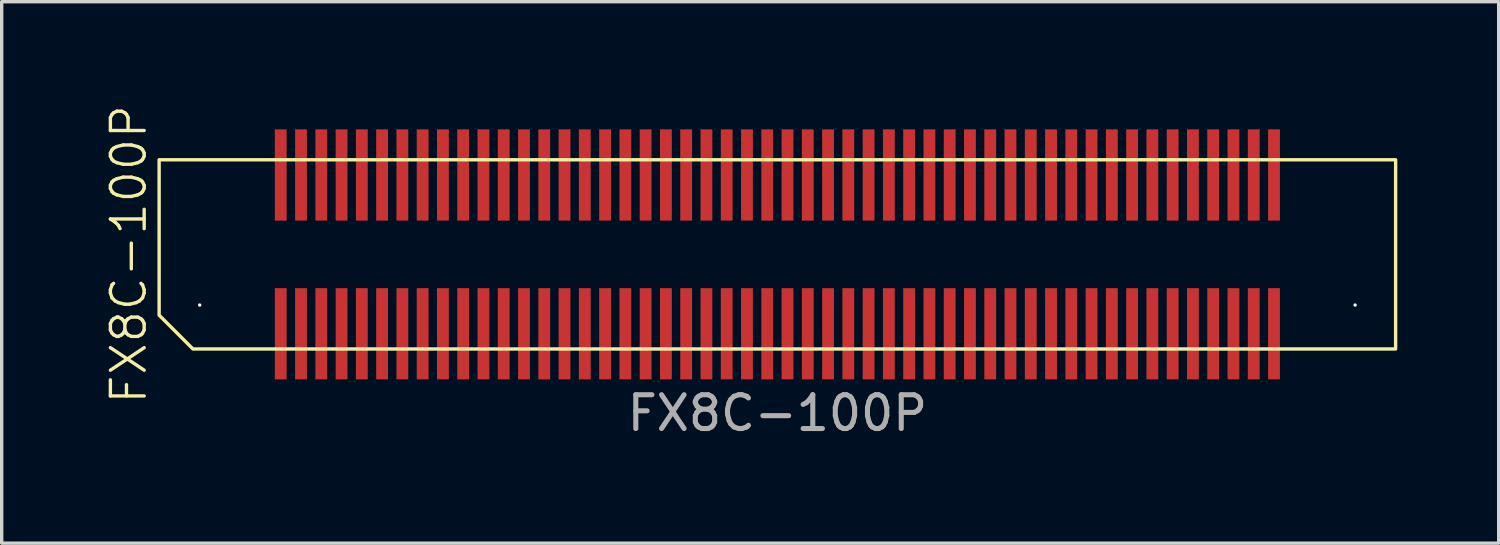
<source format=kicad_pcb>
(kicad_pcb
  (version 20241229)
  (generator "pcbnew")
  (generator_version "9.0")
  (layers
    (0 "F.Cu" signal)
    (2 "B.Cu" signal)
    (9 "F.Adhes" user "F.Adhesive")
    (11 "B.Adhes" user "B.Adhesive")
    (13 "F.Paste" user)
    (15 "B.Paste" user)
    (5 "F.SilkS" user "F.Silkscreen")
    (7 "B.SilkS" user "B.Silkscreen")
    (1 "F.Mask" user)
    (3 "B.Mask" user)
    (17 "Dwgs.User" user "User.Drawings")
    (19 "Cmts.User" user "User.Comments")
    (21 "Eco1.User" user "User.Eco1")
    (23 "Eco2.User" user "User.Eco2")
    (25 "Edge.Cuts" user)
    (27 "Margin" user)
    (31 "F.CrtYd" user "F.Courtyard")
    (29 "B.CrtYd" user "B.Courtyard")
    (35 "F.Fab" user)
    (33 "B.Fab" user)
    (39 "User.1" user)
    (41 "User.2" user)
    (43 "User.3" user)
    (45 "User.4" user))
  (footprint "FX8C-100P"
    (layer "F.Cu")
    (at 19.96 4.479)
    (property "Reference" "FX8C-100P" (at -19.2 0 90) (unlocked yes) (layer "F.SilkS") (effects (font (size 1 1) (thickness 0.1))))
    (attr smd)
    (fp_poly (pts (xy 18.3 -2.8) (xy 18.3 2.8) (xy -17.3 2.8) (xy -18.3 1.8) (xy -18.3 -2.8)) (stroke (width 0.1) (type solid)) (fill no) (layer "F.SilkS"))
    (fp_text user "${REFERENCE}" (at 0 4.7 0) (unlocked yes) (layer "F.Fab") (effects (font (size 1 1) (thickness 0.15))))
    (pad "" np_thru_hole circle (at -17.1 1.5) (size 0.1 0.1) (drill 1.1) (layers "*.Cu" "*.Mask"))
    (pad "" np_thru_hole circle (at 17.1 1.5) (size 0.1 0.1) (drill 0.7) (layers "*.Cu" "*.Mask"))
    (pad "1" smd rect (at -14.7 2.35) (size 0.35 2.7) (layers "F.Cu" "F.Mask" "F.Paste"))
    (pad "2" smd rect (at -14.1 2.35) (size 0.35 2.7) (layers "F.Cu" "F.Mask" "F.Paste"))
    (pad "3" smd rect (at -13.5 2.35) (size 0.35 2.7) (layers "F.Cu" "F.Mask" "F.Paste"))
    (pad "4" smd rect (at -12.9 2.35) (size 0.35 2.7) (layers "F.Cu" "F.Mask" "F.Paste"))
    (pad "5" smd rect (at -12.3 2.35) (size 0.35 2.7) (layers "F.Cu" "F.Mask" "F.Paste"))
    (pad "6" smd rect (at -11.7 2.35) (size 0.35 2.7) (layers "F.Cu" "F.Mask" "F.Paste"))
    (pad "7" smd rect (at -11.1 2.35) (size 0.35 2.7) (layers "F.Cu" "F.Mask" "F.Paste"))
    (pad "8" smd rect (at -10.5 2.35) (size 0.35 2.7) (layers "F.Cu" "F.Mask" "F.Paste"))
    (pad "9" smd rect (at -9.9 2.35) (size 0.35 2.7) (layers "F.Cu" "F.Mask" "F.Paste"))
    (pad "10" smd rect (at -9.3 2.35) (size 0.35 2.7) (layers "F.Cu" "F.Mask" "F.Paste"))
    (pad "11" smd rect (at -8.7 2.35) (size 0.35 2.7) (layers "F.Cu" "F.Mask" "F.Paste"))
    (pad "12" smd rect (at -8.1 2.35) (size 0.35 2.7) (layers "F.Cu" "F.Mask" "F.Paste"))
    (pad "13" smd rect (at -7.5 2.35) (size 0.35 2.7) (layers "F.Cu" "F.Mask" "F.Paste"))
    (pad "14" smd rect (at -6.9 2.35) (size 0.35 2.7) (layers "F.Cu" "F.Mask" "F.Paste"))
    (pad "15" smd rect (at -6.3 2.35) (size 0.35 2.7) (layers "F.Cu" "F.Mask" "F.Paste"))
    (pad "16" smd rect (at -5.7 2.35) (size 0.35 2.7) (layers "F.Cu" "F.Mask" "F.Paste"))
    (pad "17" smd rect (at -5.1 2.35) (size 0.35 2.7) (layers "F.Cu" "F.Mask" "F.Paste"))
    (pad "18" smd rect (at -4.5 2.35) (size 0.35 2.7) (layers "F.Cu" "F.Mask" "F.Paste"))
    (pad "19" smd rect (at -3.9 2.35) (size 0.35 2.7) (layers "F.Cu" "F.Mask" "F.Paste"))
    (pad "20" smd rect (at -3.3 2.35) (size 0.35 2.7) (layers "F.Cu" "F.Mask" "F.Paste"))
    (pad "21" smd rect (at -2.7 2.35) (size 0.35 2.7) (layers "F.Cu" "F.Mask" "F.Paste"))
    (pad "22" smd rect (at -2.1 2.35) (size 0.35 2.7) (layers "F.Cu" "F.Mask" "F.Paste"))
    (pad "23" smd rect (at -1.5 2.35) (size 0.35 2.7) (layers "F.Cu" "F.Mask" "F.Paste"))
    (pad "24" smd rect (at -0.9 2.35) (size 0.35 2.7) (layers "F.Cu" "F.Mask" "F.Paste"))
    (pad "25" smd rect (at -0.3 2.35) (size 0.35 2.7) (layers "F.Cu" "F.Mask" "F.Paste"))
    (pad "26" smd rect (at 0.3 2.35) (size 0.35 2.7) (layers "F.Cu" "F.Mask" "F.Paste"))
    (pad "27" smd rect (at 0.9 2.35) (size 0.35 2.7) (layers "F.Cu" "F.Mask" "F.Paste"))
    (pad "28" smd rect (at 1.5 2.35) (size 0.35 2.7) (layers "F.Cu" "F.Mask" "F.Paste"))
    (pad "29" smd rect (at 2.1 2.35) (size 0.35 2.7) (layers "F.Cu" "F.Mask" "F.Paste"))
    (pad "30" smd rect (at 2.7 2.35) (size 0.35 2.7) (layers "F.Cu" "F.Mask" "F.Paste"))
    (pad "31" smd rect (at 3.3 2.35) (size 0.35 2.7) (layers "F.Cu" "F.Mask" "F.Paste"))
    (pad "32" smd rect (at 3.9 2.35) (size 0.35 2.7) (layers "F.Cu" "F.Mask" "F.Paste"))
    (pad "33" smd rect (at 4.5 2.35) (size 0.35 2.7) (layers "F.Cu" "F.Mask" "F.Paste"))
    (pad "34" smd rect (at 5.1 2.35) (size 0.35 2.7) (layers "F.Cu" "F.Mask" "F.Paste"))
    (pad "35" smd rect (at 5.7 2.35) (size 0.35 2.7) (layers "F.Cu" "F.Mask" "F.Paste"))
    (pad "36" smd rect (at 6.3 2.35) (size 0.35 2.7) (layers "F.Cu" "F.Mask" "F.Paste"))
    (pad "37" smd rect (at 6.9 2.35) (size 0.35 2.7) (layers "F.Cu" "F.Mask" "F.Paste"))
    (pad "38" smd rect (at 7.5 2.35) (size 0.35 2.7) (layers "F.Cu" "F.Mask" "F.Paste"))
    (pad "39" smd rect (at 8.1 2.35) (size 0.35 2.7) (layers "F.Cu" "F.Mask" "F.Paste"))
    (pad "40" smd rect (at 8.7 2.35) (size 0.35 2.7) (layers "F.Cu" "F.Mask" "F.Paste"))
    (pad "41" smd rect (at 9.3 2.35) (size 0.35 2.7) (layers "F.Cu" "F.Mask" "F.Paste"))
    (pad "42" smd rect (at 9.9 2.35) (size 0.35 2.7) (layers "F.Cu" "F.Mask" "F.Paste"))
    (pad "43" smd rect (at 10.5 2.35) (size 0.35 2.7) (layers "F.Cu" "F.Mask" "F.Paste"))
    (pad "44" smd rect (at 11.1 2.35) (size 0.35 2.7) (layers "F.Cu" "F.Mask" "F.Paste"))
    (pad "45" smd rect (at 11.7 2.35) (size 0.35 2.7) (layers "F.Cu" "F.Mask" "F.Paste"))
    (pad "46" smd rect (at 12.3 2.35) (size 0.35 2.7) (layers "F.Cu" "F.Mask" "F.Paste"))
    (pad "47" smd rect (at 12.9 2.35) (size 0.35 2.7) (layers "F.Cu" "F.Mask" "F.Paste"))
    (pad "48" smd rect (at 13.5 2.35) (size 0.35 2.7) (layers "F.Cu" "F.Mask" "F.Paste"))
    (pad "49" smd rect (at 14.1 2.35) (size 0.35 2.7) (layers "F.Cu" "F.Mask" "F.Paste"))
    (pad "50" smd rect (at 14.7 2.35) (size 0.35 2.7) (layers "F.Cu" "F.Mask" "F.Paste"))
    (pad "51" smd rect (at 14.7 -2.35) (size 0.35 2.7) (layers "F.Cu" "F.Mask" "F.Paste"))
    (pad "52" smd rect (at 14.1 -2.35) (size 0.35 2.7) (layers "F.Cu" "F.Mask" "F.Paste"))
    (pad "53" smd rect (at 13.5 -2.35) (size 0.35 2.7) (layers "F.Cu" "F.Mask" "F.Paste"))
    (pad "54" smd rect (at 12.9 -2.35) (size 0.35 2.7) (layers "F.Cu" "F.Mask" "F.Paste"))
    (pad "55" smd rect (at 12.3 -2.35) (size 0.35 2.7) (layers "F.Cu" "F.Mask" "F.Paste"))
    (pad "56" smd rect (at 11.7 -2.35) (size 0.35 2.7) (layers "F.Cu" "F.Mask" "F.Paste"))
    (pad "57" smd rect (at 11.1 -2.35) (size 0.35 2.7) (layers "F.Cu" "F.Mask" "F.Paste"))
    (pad "58" smd rect (at 10.5 -2.35) (size 0.35 2.7) (layers "F.Cu" "F.Mask" "F.Paste"))
    (pad "59" smd rect (at 9.9 -2.35) (size 0.35 2.7) (layers "F.Cu" "F.Mask" "F.Paste"))
    (pad "60" smd rect (at 9.3 -2.35) (size 0.35 2.7) (layers "F.Cu" "F.Mask" "F.Paste"))
    (pad "61" smd rect (at 8.7 -2.35) (size 0.35 2.7) (layers "F.Cu" "F.Mask" "F.Paste"))
    (pad "62" smd rect (at 8.1 -2.35) (size 0.35 2.7) (layers "F.Cu" "F.Mask" "F.Paste"))
    (pad "63" smd rect (at 7.5 -2.35) (size 0.35 2.7) (layers "F.Cu" "F.Mask" "F.Paste"))
    (pad "64" smd rect (at 6.9 -2.35) (size 0.35 2.7) (layers "F.Cu" "F.Mask" "F.Paste"))
    (pad "65" smd rect (at 6.3 -2.35) (size 0.35 2.7) (layers "F.Cu" "F.Mask" "F.Paste"))
    (pad "66" smd rect (at 5.7 -2.35) (size 0.35 2.7) (layers "F.Cu" "F.Mask" "F.Paste"))
    (pad "67" smd rect (at 5.1 -2.35) (size 0.35 2.7) (layers "F.Cu" "F.Mask" "F.Paste"))
    (pad "68" smd rect (at 4.5 -2.35) (size 0.35 2.7) (layers "F.Cu" "F.Mask" "F.Paste"))
    (pad "69" smd rect (at 3.9 -2.35) (size 0.35 2.7) (layers "F.Cu" "F.Mask" "F.Paste"))
    (pad "70" smd rect (at 3.3 -2.35) (size 0.35 2.7) (layers "F.Cu" "F.Mask" "F.Paste"))
    (pad "71" smd rect (at 2.7 -2.35) (size 0.35 2.7) (layers "F.Cu" "F.Mask" "F.Paste"))
    (pad "72" smd rect (at 2.1 -2.35) (size 0.35 2.7) (layers "F.Cu" "F.Mask" "F.Paste"))
    (pad "73" smd rect (at 1.5 -2.35) (size 0.35 2.7) (layers "F.Cu" "F.Mask" "F.Paste"))
    (pad "74" smd rect (at 0.9 -2.35) (size 0.35 2.7) (layers "F.Cu" "F.Mask" "F.Paste"))
    (pad "75" smd rect (at 0.3 -2.35) (size 0.35 2.7) (layers "F.Cu" "F.Mask" "F.Paste"))
    (pad "76" smd rect (at -0.3 -2.35) (size 0.35 2.7) (layers "F.Cu" "F.Mask" "F.Paste"))
    (pad "77" smd rect (at -0.9 -2.35) (size 0.35 2.7) (layers "F.Cu" "F.Mask" "F.Paste"))
    (pad "78" smd rect (at -1.5 -2.35) (size 0.35 2.7) (layers "F.Cu" "F.Mask" "F.Paste"))
    (pad "79" smd rect (at -2.1 -2.35) (size 0.35 2.7) (layers "F.Cu" "F.Mask" "F.Paste"))
    (pad "80" smd rect (at -2.7 -2.35) (size 0.35 2.7) (layers "F.Cu" "F.Mask" "F.Paste"))
    (pad "81" smd rect (at -3.3 -2.35) (size 0.35 2.7) (layers "F.Cu" "F.Mask" "F.Paste"))
    (pad "82" smd rect (at -3.9 -2.35) (size 0.35 2.7) (layers "F.Cu" "F.Mask" "F.Paste"))
    (pad "83" smd rect (at -4.5 -2.35) (size 0.35 2.7) (layers "F.Cu" "F.Mask" "F.Paste"))
    (pad "84" smd rect (at -5.1 -2.35) (size 0.35 2.7) (layers "F.Cu" "F.Mask" "F.Paste"))
    (pad "85" smd rect (at -5.7 -2.35) (size 0.35 2.7) (layers "F.Cu" "F.Mask" "F.Paste"))
    (pad "86" smd rect (at -6.3 -2.35) (size 0.35 2.7) (layers "F.Cu" "F.Mask" "F.Paste"))
    (pad "87" smd rect (at -6.9 -2.35) (size 0.35 2.7) (layers "F.Cu" "F.Mask" "F.Paste"))
    (pad "88" smd rect (at -7.5 -2.35) (size 0.35 2.7) (layers "F.Cu" "F.Mask" "F.Paste"))
    (pad "89" smd rect (at -8.1 -2.35) (size 0.35 2.7) (layers "F.Cu" "F.Mask" "F.Paste"))
    (pad "90" smd rect (at -8.7 -2.35) (size 0.35 2.7) (layers "F.Cu" "F.Mask" "F.Paste"))
    (pad "91" smd rect (at -9.3 -2.35) (size 0.35 2.7) (layers "F.Cu" "F.Mask" "F.Paste"))
    (pad "92" smd rect (at -9.9 -2.35) (size 0.35 2.7) (layers "F.Cu" "F.Mask" "F.Paste"))
    (pad "93" smd rect (at -10.5 -2.35) (size 0.35 2.7) (layers "F.Cu" "F.Mask" "F.Paste"))
    (pad "94" smd rect (at -11.1 -2.35) (size 0.35 2.7) (layers "F.Cu" "F.Mask" "F.Paste"))
    (pad "95" smd rect (at -11.7 -2.35) (size 0.35 2.7) (layers "F.Cu" "F.Mask" "F.Paste"))
    (pad "96" smd rect (at -12.3 -2.35) (size 0.35 2.7) (layers "F.Cu" "F.Mask" "F.Paste"))
    (pad "97" smd rect (at -12.9 -2.35) (size 0.35 2.7) (layers "F.Cu" "F.Mask" "F.Paste"))
    (pad "98" smd rect (at -13.5 -2.35) (size 0.35 2.7) (layers "F.Cu" "F.Mask" "F.Paste"))
    (pad "99" smd rect (at -14.1 -2.35) (size 0.35 2.7) (layers "F.Cu" "F.Mask" "F.Paste"))
    (pad "100" smd rect (at -14.7 -2.35) (size 0.35 2.7) (layers "F.Cu" "F.Mask" "F.Paste")))
  (gr_rect
    (start -3 -3)
    (end 41.31 13.027)
    (stroke (width 0.1) (type default))
    (fill no)
    (layer "Edge.Cuts")))
</source>
